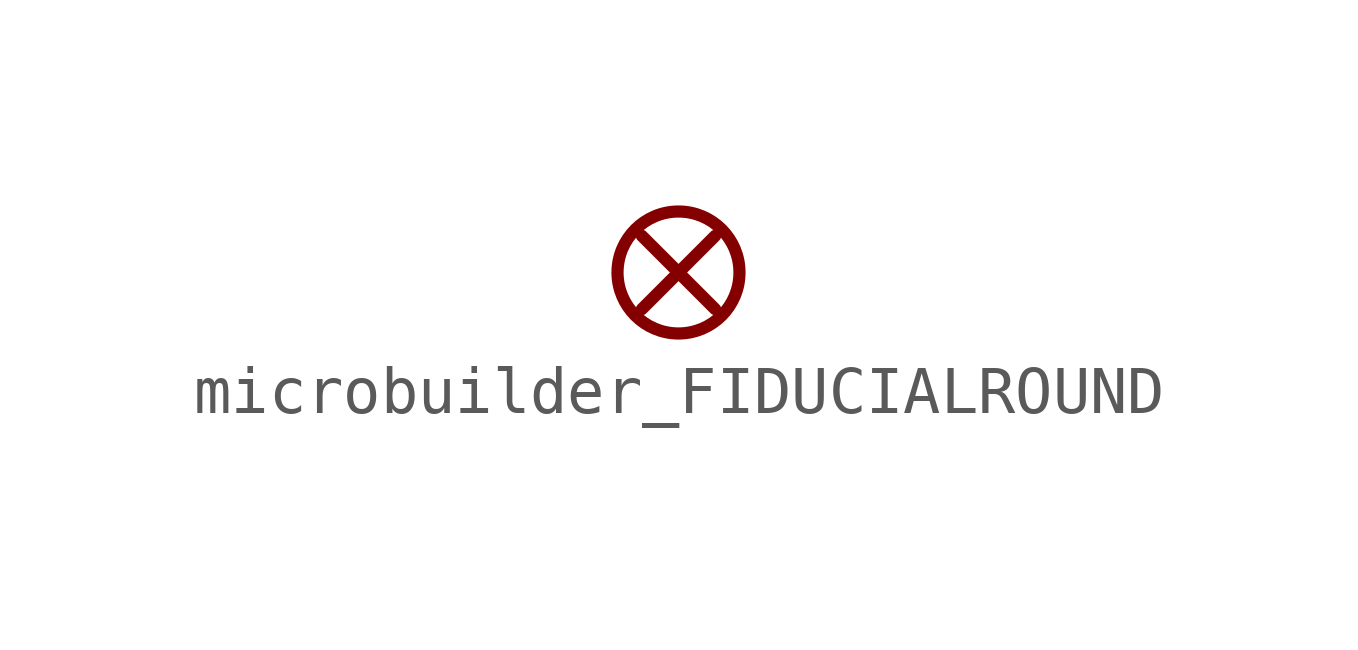
<source format=kicad_sym>
(kicad_symbol_lib
  (version 20241209)
  (generator "kicad_symbol_editor")
  (generator_version "9.0")
  (symbol "microbuilder_FIDUCIALROUND"
    (property "Reference" "FID"
      (at 0 0 0)
      (effects (font (size 1.27 1.27)) (hide yes)))
    (property "ki_locked" ""
      (at 0 0 0)
      (effects (font (size 1.27 1.27))))
    (symbol "microbuilder_FIDUCIALROUND_1_0"
      (polyline (pts (xy -0.762 0.762) (xy 0.762 -0.762)) (stroke (width 0.254) (type solid)) (fill (type none)))
      (circle (center 0 0) (radius 1.27) (stroke (width 0.254) (type solid)) (fill (type none)))
      (polyline (pts (xy 0.762 0.762) (xy -0.762 -0.762)) (stroke (width 0.254) (type solid)) (fill (type none))))))
</source>
